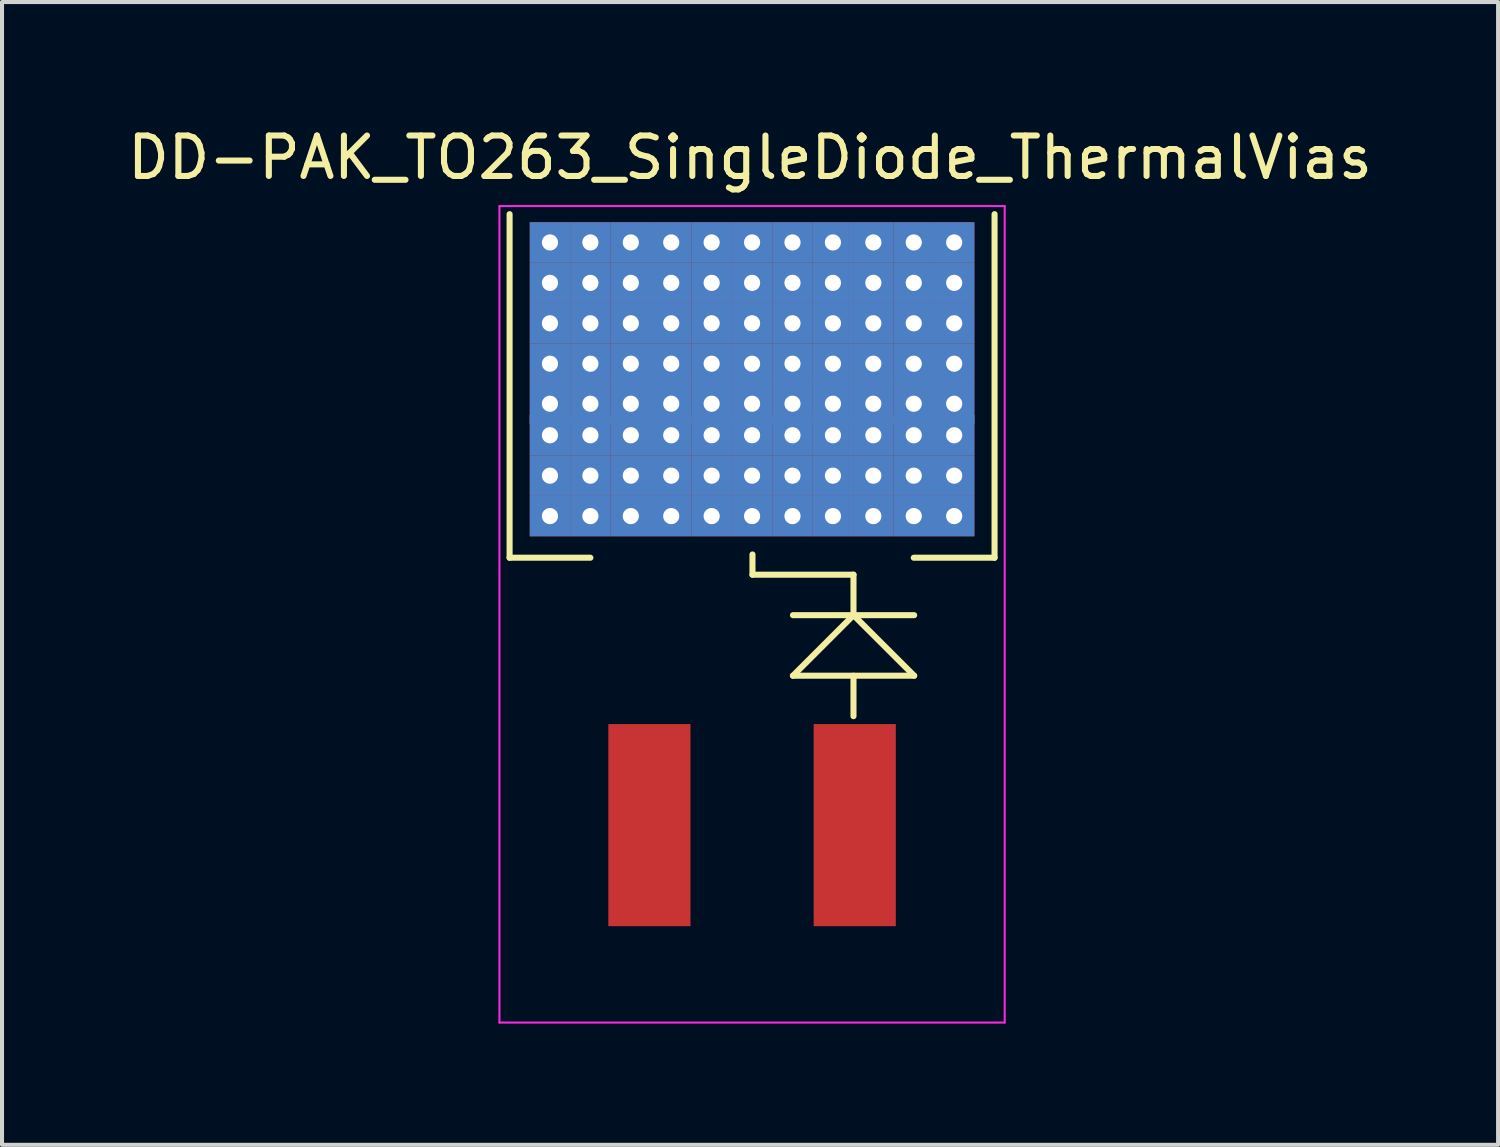
<source format=kicad_pcb>
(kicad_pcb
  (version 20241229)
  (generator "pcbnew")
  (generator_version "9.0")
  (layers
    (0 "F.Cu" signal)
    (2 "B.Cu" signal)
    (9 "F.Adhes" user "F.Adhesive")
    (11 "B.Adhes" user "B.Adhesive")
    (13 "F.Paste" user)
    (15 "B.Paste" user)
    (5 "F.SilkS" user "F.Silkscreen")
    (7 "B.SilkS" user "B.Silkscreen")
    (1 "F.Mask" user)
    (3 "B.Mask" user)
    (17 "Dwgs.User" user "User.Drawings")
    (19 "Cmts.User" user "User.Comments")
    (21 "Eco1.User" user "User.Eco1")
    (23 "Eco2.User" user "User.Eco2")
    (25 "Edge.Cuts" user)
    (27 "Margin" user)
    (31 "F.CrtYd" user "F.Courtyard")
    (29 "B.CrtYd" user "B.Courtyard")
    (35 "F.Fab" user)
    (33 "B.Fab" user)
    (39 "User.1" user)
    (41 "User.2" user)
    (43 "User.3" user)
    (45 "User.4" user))
  (footprint "DD-PAK_TO263_SingleDiode_ThermalVias"
    (layer "F.Cu")
    (at 9.856 2.248)
    (property "Reference" "DD-PAK_TO263_SingleDiode_ThermalVias" (at 5.65 -1.4 0) (layer "F.SilkS") (effects (font (size 1 1) (thickness 0.15))))
    (attr smd)
    (fp_line (start 0.2 0.2) (end 11.2 0.2) (stroke (width 0.45) (type solid)) (layer "F.Mask"))
    (fp_line (start 0.2 7.98) (end 0.2 0.2) (stroke (width 0.45) (type solid)) (layer "F.Mask"))
    (fp_line (start 11.2 0.2) (end 11.2 7.98) (stroke (width 0.45) (type solid)) (layer "F.Mask"))
    (fp_line (start 11.2 7.98) (end 0.2 7.98) (stroke (width 0.45) (type solid)) (layer "F.Mask"))
    (fp_line (start -0.299 0) (end -0.299 8.5) (stroke (width 0.15) (type solid)) (layer "F.SilkS"))
    (fp_line (start -0.299 8.5) (end 1.7 8.5) (stroke (width 0.15) (type solid)) (layer "F.SilkS"))
    (fp_line (start 5.71 8.92) (end 5.71 8.419) (stroke (width 0.15) (type solid)) (layer "F.SilkS"))
    (fp_line (start 6.711 9.921) (end 9.71 9.921) (stroke (width 0.15) (type solid)) (layer "F.SilkS"))
    (fp_line (start 6.711 11.419) (end 9.71 11.419) (stroke (width 0.15) (type solid)) (layer "F.SilkS"))
    (fp_line (start 8.209 8.92) (end 5.71 8.92) (stroke (width 0.15) (type solid)) (layer "F.SilkS"))
    (fp_line (start 8.209 9.921) (end 6.711 11.419) (stroke (width 0.15) (type solid)) (layer "F.SilkS"))
    (fp_line (start 8.209 9.921) (end 8.209 8.92) (stroke (width 0.15) (type solid)) (layer "F.SilkS"))
    (fp_line (start 8.209 11.419) (end 8.209 12.42) (stroke (width 0.15) (type solid)) (layer "F.SilkS"))
    (fp_line (start 9.7 8.5) (end 11.699 8.5) (stroke (width 0.15) (type solid)) (layer "F.SilkS"))
    (fp_line (start 9.71 11.419) (end 8.209 9.921) (stroke (width 0.15) (type solid)) (layer "F.SilkS"))
    (fp_line (start 11.699 8.5) (end 11.699 0) (stroke (width 0.15) (type solid)) (layer "F.SilkS"))
    (fp_line (start 0.45 1.2) (end 10.95 1.2) (stroke (width 0.45) (type solid)) (layer "F.Paste"))
    (fp_line (start 0.45 2.2) (end 10.95 2.2) (stroke (width 0.45) (type solid)) (layer "F.Paste"))
    (fp_line (start 0.45 3.2) (end 10.95 3.2) (stroke (width 0.45) (type solid)) (layer "F.Paste"))
    (fp_line (start 0.45 4.19) (end 10.95 4.19) (stroke (width 0.45) (type solid)) (layer "F.Paste"))
    (fp_line (start 0.45 5.19) (end 10.95 5.19) (stroke (width 0.45) (type solid)) (layer "F.Paste"))
    (fp_line (start 0.45 5.97) (end 10.95 5.97) (stroke (width 0.45) (type solid)) (layer "F.Paste"))
    (fp_line (start 0.45 6.97) (end 10.95 6.97) (stroke (width 0.45) (type solid)) (layer "F.Paste"))
    (fp_line (start -0.55 -0.2) (end 11.95 -0.2) (stroke (width 0.05) (type solid)) (layer "F.CrtYd"))
    (fp_line (start -0.55 20) (end -0.55 -0.2) (stroke (width 0.05) (type solid)) (layer "F.CrtYd"))
    (fp_line (start 11.95 -0.2) (end 11.95 20) (stroke (width 0.05) (type solid)) (layer "F.CrtYd"))
    (fp_line (start 11.95 20) (end -0.55 20) (stroke (width 0.05) (type solid)) (layer "F.CrtYd"))
    (pad "1" smd rect (at 8.24 15.115) (size 2.032 5) (layers "F.Cu" "F.Mask" "F.Paste"))
    (pad "2" thru_hole rect (at 0.7 0.7) (size 1 1) (drill 0.4) (layers "*.Cu" "B.Mask"))
    (pad "2" thru_hole rect (at 0.7 1.7) (size 1 1) (drill 0.4) (layers "*.Cu" "B.Mask"))
    (pad "2" thru_hole rect (at 0.7 2.7) (size 1 1) (drill 0.4) (layers "*.Cu" "B.Mask"))
    (pad "2" thru_hole rect (at 0.7 3.7) (size 1 1) (drill 0.4) (layers "*.Cu" "B.Mask"))
    (pad "2" thru_hole rect (at 0.7 4.69) (size 1 1) (drill 0.4) (layers "*.Cu" "B.Mask"))
    (pad "2" thru_hole rect (at 0.7 5.47) (size 1 1) (drill 0.4) (layers "*.Cu" "B.Mask"))
    (pad "2" thru_hole rect (at 0.7 6.47) (size 1 1) (drill 0.4) (layers "*.Cu" "B.Mask"))
    (pad "2" thru_hole rect (at 0.7 7.47) (size 1 1) (drill 0.4) (layers "*.Cu" "B.Mask"))
    (pad "2" thru_hole rect (at 1.7 0.7) (size 1 1) (drill 0.4) (layers "*.Cu" "B.Mask"))
    (pad "2" thru_hole rect (at 1.7 1.7) (size 1 1) (drill 0.4) (layers "*.Cu" "B.Mask"))
    (pad "2" thru_hole rect (at 1.7 2.7) (size 1 1) (drill 0.4) (layers "*.Cu" "B.Mask"))
    (pad "2" thru_hole rect (at 1.7 3.7) (size 1 1) (drill 0.4) (layers "*.Cu" "B.Mask"))
    (pad "2" thru_hole rect (at 1.7 4.69) (size 1 1) (drill 0.4) (layers "*.Cu" "B.Mask"))
    (pad "2" thru_hole rect (at 1.7 5.47) (size 1 1) (drill 0.4) (layers "*.Cu" "B.Mask"))
    (pad "2" thru_hole rect (at 1.7 6.47) (size 1 1) (drill 0.4) (layers "*.Cu" "B.Mask"))
    (pad "2" thru_hole rect (at 1.7 7.47) (size 1 1) (drill 0.4) (layers "*.Cu" "B.Mask"))
    (pad "2" thru_hole rect (at 2.7 0.7) (size 1 1) (drill 0.4) (layers "*.Cu" "B.Mask"))
    (pad "2" thru_hole rect (at 2.7 1.7) (size 1 1) (drill 0.4) (layers "*.Cu" "B.Mask"))
    (pad "2" thru_hole rect (at 2.7 2.7) (size 1 1) (drill 0.4) (layers "*.Cu" "B.Mask"))
    (pad "2" thru_hole rect (at 2.7 3.7) (size 1 1) (drill 0.4) (layers "*.Cu" "B.Mask"))
    (pad "2" thru_hole rect (at 2.7 4.69) (size 1 1) (drill 0.4) (layers "*.Cu" "B.Mask"))
    (pad "2" thru_hole rect (at 2.7 5.47) (size 1 1) (drill 0.4) (layers "*.Cu" "B.Mask"))
    (pad "2" thru_hole rect (at 2.7 6.47) (size 1 1) (drill 0.4) (layers "*.Cu" "B.Mask"))
    (pad "2" thru_hole rect (at 2.7 7.47) (size 1 1) (drill 0.4) (layers "*.Cu" "B.Mask"))
    (pad "2" thru_hole rect (at 3.7 0.7) (size 1 1) (drill 0.4) (layers "*.Cu" "B.Mask"))
    (pad "2" thru_hole rect (at 3.7 1.7) (size 1 1) (drill 0.4) (layers "*.Cu" "B.Mask"))
    (pad "2" thru_hole rect (at 3.7 2.7) (size 1 1) (drill 0.4) (layers "*.Cu" "B.Mask"))
    (pad "2" thru_hole rect (at 3.7 3.7) (size 1 1) (drill 0.4) (layers "*.Cu" "B.Mask"))
    (pad "2" thru_hole rect (at 3.7 4.69) (size 1 1) (drill 0.4) (layers "*.Cu" "B.Mask"))
    (pad "2" thru_hole rect (at 3.7 5.47) (size 1 1) (drill 0.4) (layers "*.Cu" "B.Mask"))
    (pad "2" thru_hole rect (at 3.7 6.47) (size 1 1) (drill 0.4) (layers "*.Cu" "B.Mask"))
    (pad "2" thru_hole rect (at 3.7 7.47) (size 1 1) (drill 0.4) (layers "*.Cu" "B.Mask"))
    (pad "2" thru_hole rect (at 4.7 0.7) (size 1 1) (drill 0.4) (layers "*.Cu" "B.Mask"))
    (pad "2" thru_hole rect (at 4.7 1.7) (size 1 1) (drill 0.4) (layers "*.Cu" "B.Mask"))
    (pad "2" thru_hole rect (at 4.7 2.7) (size 1 1) (drill 0.4) (layers "*.Cu" "B.Mask"))
    (pad "2" thru_hole rect (at 4.7 3.7) (size 1 1) (drill 0.4) (layers "*.Cu" "B.Mask"))
    (pad "2" thru_hole rect (at 4.7 4.69) (size 1 1) (drill 0.4) (layers "*.Cu" "B.Mask"))
    (pad "2" thru_hole rect (at 4.7 5.47) (size 1 1) (drill 0.4) (layers "*.Cu" "B.Mask"))
    (pad "2" thru_hole rect (at 4.7 6.47) (size 1 1) (drill 0.4) (layers "*.Cu" "B.Mask"))
    (pad "2" thru_hole rect (at 4.7 7.47) (size 1 1) (drill 0.4) (layers "*.Cu" "B.Mask"))
    (pad "2" thru_hole rect (at 5.7 0.7) (size 1 1) (drill 0.4) (layers "*.Cu" "B.Mask"))
    (pad "2" thru_hole rect (at 5.7 1.7) (size 1 1) (drill 0.4) (layers "*.Cu" "B.Mask"))
    (pad "2" thru_hole rect (at 5.7 2.7) (size 1 1) (drill 0.4) (layers "*.Cu" "B.Mask"))
    (pad "2" thru_hole rect (at 5.7 3.7) (size 1 1) (drill 0.4) (layers "*.Cu" "B.Mask"))
    (pad "2" thru_hole rect (at 5.7 4.69) (size 1 1) (drill 0.4) (layers "*.Cu" "B.Mask"))
    (pad "2" thru_hole rect (at 5.7 5.47) (size 1 1) (drill 0.4) (layers "*.Cu" "B.Mask"))
    (pad "2" thru_hole rect (at 5.7 6.47) (size 1 1) (drill 0.4) (layers "*.Cu" "B.Mask"))
    (pad "2" thru_hole rect (at 5.7 7.47) (size 1 1) (drill 0.4) (layers "*.Cu" "B.Mask"))
    (pad "2" thru_hole rect (at 6.7 0.7) (size 1 1) (drill 0.4) (layers "*.Cu" "B.Mask"))
    (pad "2" thru_hole rect (at 6.7 1.7) (size 1 1) (drill 0.4) (layers "*.Cu" "B.Mask"))
    (pad "2" thru_hole rect (at 6.7 2.7) (size 1 1) (drill 0.4) (layers "*.Cu" "B.Mask"))
    (pad "2" thru_hole rect (at 6.7 3.7) (size 1 1) (drill 0.4) (layers "*.Cu" "B.Mask"))
    (pad "2" thru_hole rect (at 6.7 4.69) (size 1 1) (drill 0.4) (layers "*.Cu" "B.Mask"))
    (pad "2" thru_hole rect (at 6.7 5.47) (size 1 1) (drill 0.4) (layers "*.Cu" "B.Mask"))
    (pad "2" thru_hole rect (at 6.7 6.47) (size 1 1) (drill 0.4) (layers "*.Cu" "B.Mask"))
    (pad "2" thru_hole rect (at 6.7 7.47) (size 1 1) (drill 0.4) (layers "*.Cu" "B.Mask"))
    (pad "2" thru_hole rect (at 7.7 0.7) (size 1 1) (drill 0.4) (layers "*.Cu" "B.Mask"))
    (pad "2" thru_hole rect (at 7.7 1.7) (size 1 1) (drill 0.4) (layers "*.Cu" "B.Mask"))
    (pad "2" thru_hole rect (at 7.7 2.7) (size 1 1) (drill 0.4) (layers "*.Cu" "B.Mask"))
    (pad "2" thru_hole rect (at 7.7 3.7) (size 1 1) (drill 0.4) (layers "*.Cu" "B.Mask"))
    (pad "2" thru_hole rect (at 7.7 4.69) (size 1 1) (drill 0.4) (layers "*.Cu" "B.Mask"))
    (pad "2" thru_hole rect (at 7.7 5.47) (size 1 1) (drill 0.4) (layers "*.Cu" "B.Mask"))
    (pad "2" thru_hole rect (at 7.7 6.47) (size 1 1) (drill 0.4) (layers "*.Cu" "B.Mask"))
    (pad "2" thru_hole rect (at 7.7 7.47) (size 1 1) (drill 0.4) (layers "*.Cu" "B.Mask"))
    (pad "2" thru_hole rect (at 8.7 0.7) (size 1 1) (drill 0.4) (layers "*.Cu" "B.Mask"))
    (pad "2" thru_hole rect (at 8.7 1.7) (size 1 1) (drill 0.4) (layers "*.Cu" "B.Mask"))
    (pad "2" thru_hole rect (at 8.7 2.7) (size 1 1) (drill 0.4) (layers "*.Cu" "B.Mask"))
    (pad "2" thru_hole rect (at 8.7 3.7) (size 1 1) (drill 0.4) (layers "*.Cu" "B.Mask"))
    (pad "2" thru_hole rect (at 8.7 4.69) (size 1 1) (drill 0.4) (layers "*.Cu" "B.Mask"))
    (pad "2" thru_hole rect (at 8.7 5.47) (size 1 1) (drill 0.4) (layers "*.Cu" "B.Mask"))
    (pad "2" thru_hole rect (at 8.7 6.47) (size 1 1) (drill 0.4) (layers "*.Cu" "B.Mask"))
    (pad "2" thru_hole rect (at 8.7 7.47) (size 1 1) (drill 0.4) (layers "*.Cu" "B.Mask"))
    (pad "2" thru_hole rect (at 9.7 0.7) (size 1 1) (drill 0.4) (layers "*.Cu" "B.Mask"))
    (pad "2" thru_hole rect (at 9.7 1.7) (size 1 1) (drill 0.4) (layers "*.Cu" "B.Mask"))
    (pad "2" thru_hole rect (at 9.7 2.7) (size 1 1) (drill 0.4) (layers "*.Cu" "B.Mask"))
    (pad "2" thru_hole rect (at 9.7 3.7) (size 1 1) (drill 0.4) (layers "*.Cu" "B.Mask"))
    (pad "2" thru_hole rect (at 9.7 4.69) (size 1 1) (drill 0.4) (layers "*.Cu" "B.Mask"))
    (pad "2" thru_hole rect (at 9.7 5.47) (size 1 1) (drill 0.4) (layers "*.Cu" "B.Mask"))
    (pad "2" thru_hole rect (at 9.7 6.47) (size 1 1) (drill 0.4) (layers "*.Cu" "B.Mask"))
    (pad "2" thru_hole rect (at 9.7 7.47) (size 1 1) (drill 0.4) (layers "*.Cu" "B.Mask"))
    (pad "2" thru_hole rect (at 10.7 0.7) (size 1 1) (drill 0.4) (layers "*.Cu" "B.Mask"))
    (pad "2" thru_hole rect (at 10.7 1.7) (size 1 1) (drill 0.4) (layers "*.Cu" "B.Mask"))
    (pad "2" thru_hole rect (at 10.7 2.7) (size 1 1) (drill 0.4) (layers "*.Cu" "B.Mask"))
    (pad "2" thru_hole rect (at 10.7 3.7) (size 1 1) (drill 0.4) (layers "*.Cu" "B.Mask"))
    (pad "2" thru_hole rect (at 10.7 4.69) (size 1 1) (drill 0.4) (layers "*.Cu" "B.Mask"))
    (pad "2" thru_hole rect (at 10.7 5.47) (size 1 1) (drill 0.4) (layers "*.Cu" "B.Mask"))
    (pad "2" thru_hole rect (at 10.7 6.47) (size 1 1) (drill 0.4) (layers "*.Cu" "B.Mask"))
    (pad "2" thru_hole rect (at 10.7 7.47) (size 1 1) (drill 0.4) (layers "*.Cu" "B.Mask"))
    (pad "3" smd rect (at 3.16 15.115) (size 2.032 5) (layers "F.Cu" "F.Mask" "F.Paste")))
  (gr_rect
    (start -3 -3)
    (end 34.012 25.273)
    (stroke (width 0.1) (type default))
    (fill no)
    (layer "Edge.Cuts")))
</source>
